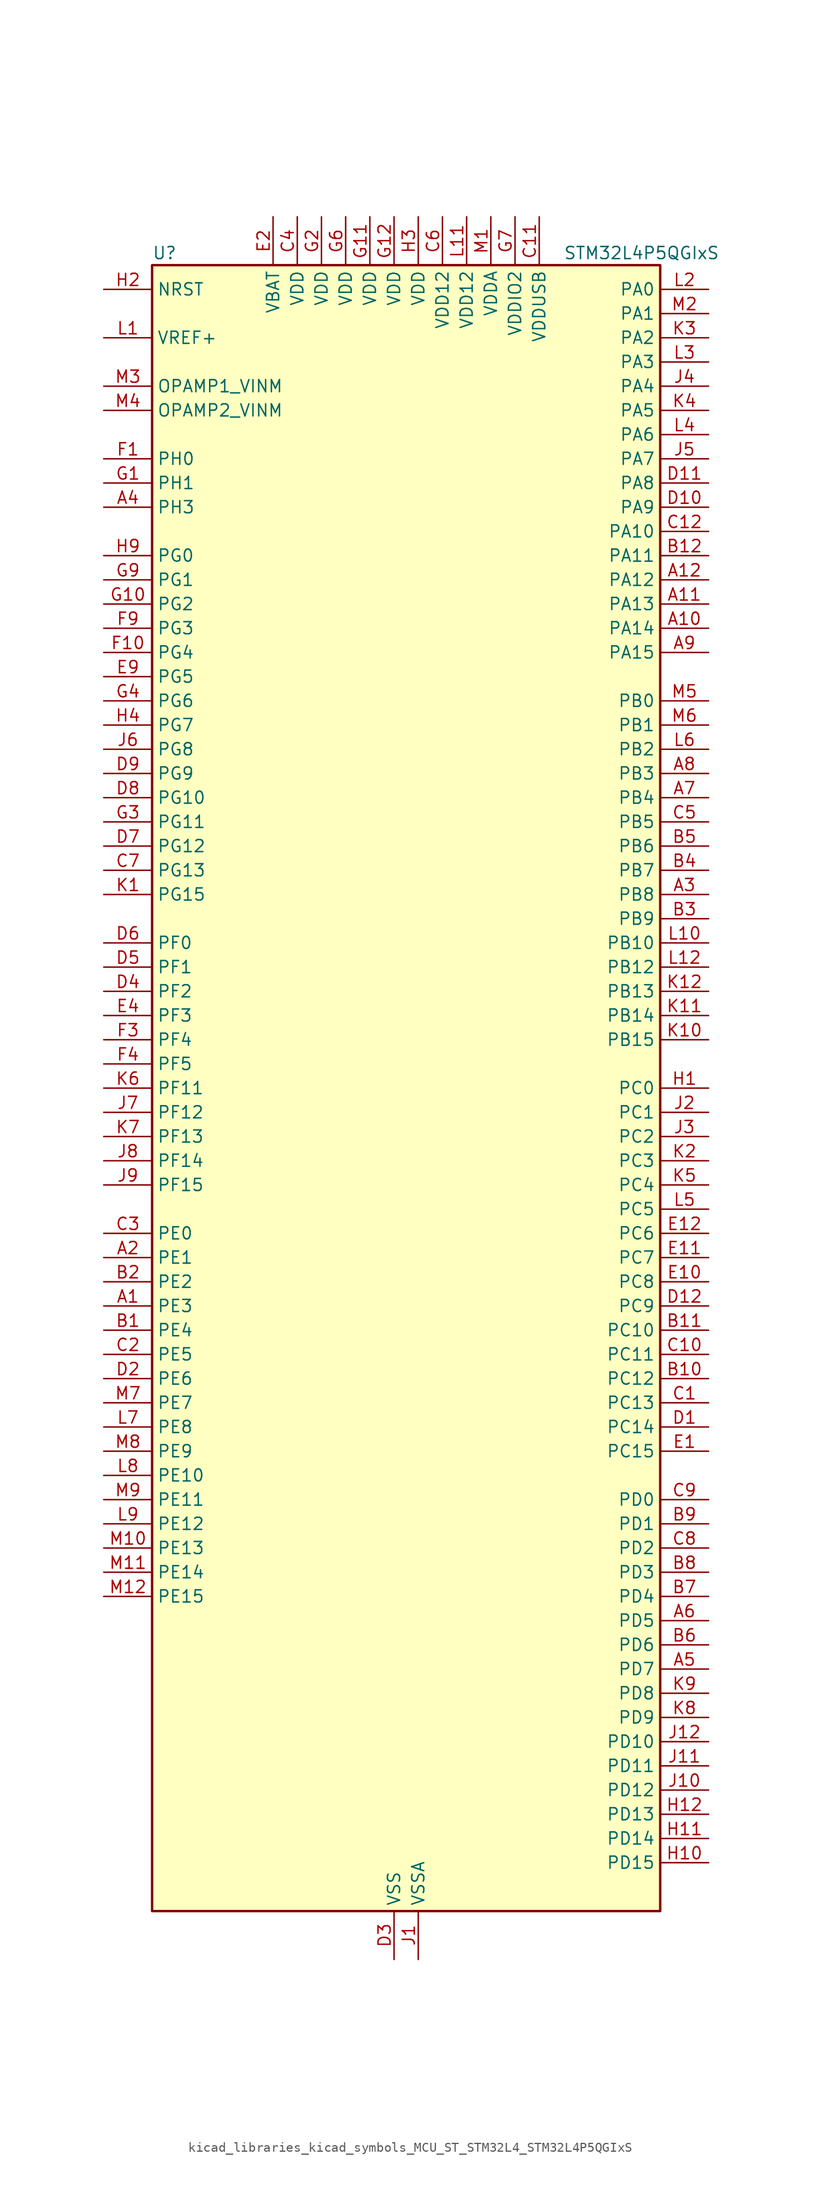
<source format=kicad_sym>
(kicad_symbol_lib
  (version 20220914)
  (generator kicad_symbol_editor)
  (symbol "kicad_libraries_kicad_symbols_MCU_ST_STM32L4_STM32L4P5QGIxS"
    (property "Reference" "U"
      (at -25.4 87.63 0)
      (effects (font (size 1.27 1.27)) (justify left)))
    (property "Value" "STM32L4P5QGIxS"
      (at 17.78 87.63 0)
      (effects (font (size 1.27 1.27)) (justify left)))
    (property "ki_locked" ""
      (at 0 0 0)
      (effects (font (size 1.27 1.27))))
    (symbol "kicad_libraries_kicad_symbols_MCU_ST_STM32L4_STM32L4P5QGIxS_0_1"
      (rectangle (start -25.4 -86.36) (end 27.94 86.36) (stroke (width 0.254) (type default)) (fill (type background))))
    (symbol "kicad_libraries_kicad_symbols_MCU_ST_STM32L4_STM32L4P5QGIxS_1_1"
      (pin bidirectional line (at -30.48 -22.86 0) (length 5.08) (name "PE3" (effects (font (size 1.27 1.27)))) (number "A1" (effects (font (size 1.27 1.27)))) (alternate "FMC_A19" bidirectional line) (alternate "LTDC_R6" bidirectional line) (alternate "OCTOSPIM_P1_DQS" bidirectional line) (alternate "SAI1_SD_B" bidirectional line) (alternate "SYS_TRACED0" bidirectional line) (alternate "TIM3_CH1" bidirectional line) (alternate "TSC_G7_IO2" bidirectional line))
      (pin bidirectional line (at 33.02 48.26 180) (length 5.08) (name "PA14" (effects (font (size 1.27 1.27)))) (number "A10" (effects (font (size 1.27 1.27)))) (alternate "I2C1_SMBA" bidirectional line) (alternate "I2C4_SMBA" bidirectional line) (alternate "LPTIM1_OUT" bidirectional line) (alternate "SAI1_FS_B" bidirectional line) (alternate "SYS_JTCK-SWCLK" bidirectional line) (alternate "USB_OTG_FS_SOF" bidirectional line))
      (pin bidirectional line (at 33.02 50.8 180) (length 5.08) (name "PA13" (effects (font (size 1.27 1.27)))) (number "A11" (effects (font (size 1.27 1.27)))) (alternate "IR_OUT" bidirectional line) (alternate "SAI1_SD_B" bidirectional line) (alternate "SYS_JTMS-SWDIO" bidirectional line) (alternate "USB_OTG_FS_NOE" bidirectional line))
      (pin bidirectional line (at 33.02 53.34 180) (length 5.08) (name "PA12" (effects (font (size 1.27 1.27)))) (number "A12" (effects (font (size 1.27 1.27)))) (alternate "CAN1_TX" bidirectional line) (alternate "LTDC_VSYNC" bidirectional line) (alternate "OCTOSPIM_P2_NCS" bidirectional line) (alternate "SPI1_MOSI" bidirectional line) (alternate "TIM1_ETR" bidirectional line) (alternate "USART1_DE" bidirectional line) (alternate "USART1_RTS" bidirectional line) (alternate "USB_OTG_FS_DP" bidirectional line))
      (pin bidirectional line (at -30.48 -17.78 0) (length 5.08) (name "PE1" (effects (font (size 1.27 1.27)))) (number "A2" (effects (font (size 1.27 1.27)))) (alternate "DCMI_D3" bidirectional line) (alternate "FMC_NBL1" bidirectional line) (alternate "LTDC_VSYNC" bidirectional line) (alternate "PSSI_D3" bidirectional line) (alternate "TIM17_CH1" bidirectional line))
      (pin bidirectional line (at 33.02 20.32 180) (length 5.08) (name "PB8" (effects (font (size 1.27 1.27)))) (number "A3" (effects (font (size 1.27 1.27)))) (alternate "CAN1_RX" bidirectional line) (alternate "DCMI_D6" bidirectional line) (alternate "DFSDM1_CKOUT" bidirectional line) (alternate "I2C1_SCL" bidirectional line) (alternate "LTDC_DE" bidirectional line) (alternate "PSSI_D6" bidirectional line) (alternate "SAI1_CK1" bidirectional line) (alternate "SAI1_MCLK_A" bidirectional line) (alternate "SDMMC1_CKIN" bidirectional line) (alternate "SDMMC1_D4" bidirectional line) (alternate "SDMMC2_D4" bidirectional line) (alternate "TIM16_CH1" bidirectional line) (alternate "TIM4_CH3" bidirectional line))
      (pin bidirectional line (at -30.48 60.96 0) (length 5.08) (name "PH3" (effects (font (size 1.27 1.27)))) (number "A4" (effects (font (size 1.27 1.27)))))
      (pin bidirectional line (at 33.02 -60.96 180) (length 5.08) (name "PD7" (effects (font (size 1.27 1.27)))) (number "A5" (effects (font (size 1.27 1.27)))) (alternate "DFSDM1_CKIN1" bidirectional line) (alternate "FMC_NCE" bidirectional line) (alternate "FMC_NE1" bidirectional line) (alternate "OCTOSPIM_P1_IO7" bidirectional line) (alternate "SDMMC2_CMD" bidirectional line) (alternate "USART2_CK" bidirectional line))
      (pin bidirectional line (at 33.02 -55.88 180) (length 5.08) (name "PD5" (effects (font (size 1.27 1.27)))) (number "A6" (effects (font (size 1.27 1.27)))) (alternate "FMC_NWE" bidirectional line) (alternate "OCTOSPIM_P1_IO5" bidirectional line) (alternate "USART2_TX" bidirectional line))
      (pin bidirectional line (at 33.02 30.48 180) (length 5.08) (name "PB4" (effects (font (size 1.27 1.27)))) (number "A7" (effects (font (size 1.27 1.27)))) (alternate "COMP2_INP" bidirectional line) (alternate "DCMI_D12" bidirectional line) (alternate "I2C3_SDA" bidirectional line) (alternate "OCTOSPIM_P1_IO5" bidirectional line) (alternate "PSSI_D12" bidirectional line) (alternate "SAI1_MCLK_B" bidirectional line) (alternate "SDMMC2_D3" bidirectional line) (alternate "SPI1_MISO" bidirectional line) (alternate "SPI3_MISO" bidirectional line) (alternate "SYS_JTRST" bidirectional line) (alternate "TIM17_BKIN" bidirectional line) (alternate "TIM3_CH1" bidirectional line) (alternate "TSC_G2_IO1" bidirectional line) (alternate "UART5_DE" bidirectional line) (alternate "UART5_RTS" bidirectional line) (alternate "USART1_CTS" bidirectional line) (alternate "USART1_NSS" bidirectional line))
      (pin bidirectional line (at 33.02 33.02 180) (length 5.08) (name "PB3" (effects (font (size 1.27 1.27)))) (number "A8" (effects (font (size 1.27 1.27)))) (alternate "COMP2_INM" bidirectional line) (alternate "CRS_SYNC" bidirectional line) (alternate "OCTOSPIM_P1_IO4" bidirectional line) (alternate "SAI1_SCK_B" bidirectional line) (alternate "SDMMC2_D2" bidirectional line) (alternate "SPI1_SCK" bidirectional line) (alternate "SPI3_SCK" bidirectional line) (alternate "SYS_JTDO-SWO" bidirectional line) (alternate "TIM2_CH2" bidirectional line) (alternate "USART1_DE" bidirectional line) (alternate "USART1_RTS" bidirectional line))
      (pin bidirectional line (at 33.02 45.72 180) (length 5.08) (name "PA15" (effects (font (size 1.27 1.27)))) (number "A9" (effects (font (size 1.27 1.27)))) (alternate "ADC1_EXTI15" bidirectional line) (alternate "ADC2_EXTI15" bidirectional line) (alternate "LTDC_HSYNC" bidirectional line) (alternate "SAI2_FS_B" bidirectional line) (alternate "SPI1_NSS" bidirectional line) (alternate "SPI3_NSS" bidirectional line) (alternate "SYS_JTDI" bidirectional line) (alternate "TIM2_CH1" bidirectional line) (alternate "TIM2_ETR" bidirectional line) (alternate "TSC_G3_IO1" bidirectional line) (alternate "UART4_DE" bidirectional line) (alternate "UART4_RTS" bidirectional line) (alternate "USART2_RX" bidirectional line) (alternate "USART3_DE" bidirectional line) (alternate "USART3_RTS" bidirectional line))
      (pin bidirectional line (at -30.48 -25.4 0) (length 5.08) (name "PE4" (effects (font (size 1.27 1.27)))) (number "B1" (effects (font (size 1.27 1.27)))) (alternate "DCMI_D4" bidirectional line) (alternate "DFSDM1_DATIN3" bidirectional line) (alternate "FMC_A20" bidirectional line) (alternate "LTDC_B7" bidirectional line) (alternate "PSSI_D4" bidirectional line) (alternate "SAI1_D2" bidirectional line) (alternate "SAI1_FS_A" bidirectional line) (alternate "SYS_TRACED1" bidirectional line) (alternate "TIM3_CH2" bidirectional line) (alternate "TSC_G7_IO3" bidirectional line))
      (pin bidirectional line (at 33.02 -30.48 180) (length 5.08) (name "PC12" (effects (font (size 1.27 1.27)))) (number "B10" (effects (font (size 1.27 1.27)))) (alternate "DCMI_D9" bidirectional line) (alternate "LTDC_R6" bidirectional line) (alternate "PSSI_D9" bidirectional line) (alternate "SAI2_SD_B" bidirectional line) (alternate "SDMMC1_CK" bidirectional line) (alternate "SPI3_MOSI" bidirectional line) (alternate "SYS_TRACED3" bidirectional line) (alternate "TSC_G3_IO4" bidirectional line) (alternate "UART5_TX" bidirectional line) (alternate "USART3_CK" bidirectional line))
      (pin bidirectional line (at 33.02 -25.4 180) (length 5.08) (name "PC10" (effects (font (size 1.27 1.27)))) (number "B11" (effects (font (size 1.27 1.27)))) (alternate "DCMI_D8" bidirectional line) (alternate "DCMI_VSYNC" bidirectional line) (alternate "PSSI_D8" bidirectional line) (alternate "PSSI_RDY" bidirectional line) (alternate "SAI2_SCK_B" bidirectional line) (alternate "SDMMC1_D2" bidirectional line) (alternate "SPI3_SCK" bidirectional line) (alternate "SYS_TRACED1" bidirectional line) (alternate "TSC_G3_IO2" bidirectional line) (alternate "UART4_TX" bidirectional line) (alternate "USART3_TX" bidirectional line))
      (pin bidirectional line (at 33.02 55.88 180) (length 5.08) (name "PA11" (effects (font (size 1.27 1.27)))) (number "B12" (effects (font (size 1.27 1.27)))) (alternate "ADC1_EXTI11" bidirectional line) (alternate "ADC2_EXTI11" bidirectional line) (alternate "CAN1_RX" bidirectional line) (alternate "LTDC_DE" bidirectional line) (alternate "SPI1_MISO" bidirectional line) (alternate "TIM1_BKIN2" bidirectional line) (alternate "TIM1_CH4" bidirectional line) (alternate "USART1_CTS" bidirectional line) (alternate "USART1_NSS" bidirectional line) (alternate "USB_OTG_FS_DM" bidirectional line))
      (pin bidirectional line (at -30.48 -20.32 0) (length 5.08) (name "PE2" (effects (font (size 1.27 1.27)))) (number "B2" (effects (font (size 1.27 1.27)))) (alternate "FMC_A23" bidirectional line) (alternate "LTDC_R7" bidirectional line) (alternate "SAI1_CK1" bidirectional line) (alternate "SAI1_MCLK_A" bidirectional line) (alternate "SYS_TRACECLK" bidirectional line) (alternate "TIM3_ETR" bidirectional line) (alternate "TSC_G7_IO1" bidirectional line))
      (pin bidirectional line (at 33.02 17.78 180) (length 5.08) (name "PB9" (effects (font (size 1.27 1.27)))) (number "B3" (effects (font (size 1.27 1.27)))) (alternate "CAN1_TX" bidirectional line) (alternate "DAC1_EXTI9" bidirectional line) (alternate "DCMI_D7" bidirectional line) (alternate "I2C1_SDA" bidirectional line) (alternate "IR_OUT" bidirectional line) (alternate "PSSI_D7" bidirectional line) (alternate "SAI1_D2" bidirectional line) (alternate "SAI1_FS_A" bidirectional line) (alternate "SDMMC1_CDIR" bidirectional line) (alternate "SDMMC1_D5" bidirectional line) (alternate "SDMMC2_D5" bidirectional line) (alternate "SPI2_NSS" bidirectional line) (alternate "TIM17_CH1" bidirectional line) (alternate "TIM4_CH4" bidirectional line))
      (pin bidirectional line (at 33.02 22.86 180) (length 5.08) (name "PB7" (effects (font (size 1.27 1.27)))) (number "B4" (effects (font (size 1.27 1.27)))) (alternate "COMP2_INM" bidirectional line) (alternate "DCMI_VSYNC" bidirectional line) (alternate "FMC_NL" bidirectional line) (alternate "I2C1_SDA" bidirectional line) (alternate "I2C4_SDA" bidirectional line) (alternate "LPTIM1_IN2" bidirectional line) (alternate "LTDC_VSYNC" bidirectional line) (alternate "PSSI_RDY" bidirectional line) (alternate "SYS_PVD_IN" bidirectional line) (alternate "TIM17_CH1N" bidirectional line) (alternate "TIM4_CH2" bidirectional line) (alternate "TIM8_BKIN" bidirectional line) (alternate "TSC_G2_IO4" bidirectional line) (alternate "UART4_CTS" bidirectional line) (alternate "USART1_RX" bidirectional line))
      (pin bidirectional line (at 33.02 25.4 180) (length 5.08) (name "PB6" (effects (font (size 1.27 1.27)))) (number "B5" (effects (font (size 1.27 1.27)))) (alternate "COMP2_INP" bidirectional line) (alternate "DCMI_D5" bidirectional line) (alternate "I2C1_SCL" bidirectional line) (alternate "I2C4_SCL" bidirectional line) (alternate "LPTIM1_ETR" bidirectional line) (alternate "LTDC_R6" bidirectional line) (alternate "PSSI_D5" bidirectional line) (alternate "SAI1_FS_B" bidirectional line) (alternate "TIM16_CH1N" bidirectional line) (alternate "TIM4_CH1" bidirectional line) (alternate "TIM8_BKIN2" bidirectional line) (alternate "TSC_G2_IO3" bidirectional line) (alternate "USART1_TX" bidirectional line))
      (pin bidirectional line (at 33.02 -58.42 180) (length 5.08) (name "PD6" (effects (font (size 1.27 1.27)))) (number "B6" (effects (font (size 1.27 1.27)))) (alternate "DCMI_D10" bidirectional line) (alternate "DFSDM1_DATIN1" bidirectional line) (alternate "FMC_NWAIT" bidirectional line) (alternate "LTDC_DE" bidirectional line) (alternate "OCTOSPIM_P1_IO6" bidirectional line) (alternate "PSSI_D10" bidirectional line) (alternate "SAI1_D1" bidirectional line) (alternate "SAI1_SD_A" bidirectional line) (alternate "SDMMC2_CK" bidirectional line) (alternate "SPI3_MOSI" bidirectional line) (alternate "USART2_RX" bidirectional line))
      (pin bidirectional line (at 33.02 -53.34 180) (length 5.08) (name "PD4" (effects (font (size 1.27 1.27)))) (number "B7" (effects (font (size 1.27 1.27)))) (alternate "DFSDM1_CKIN0" bidirectional line) (alternate "FMC_NOE" bidirectional line) (alternate "OCTOSPIM_P1_IO4" bidirectional line) (alternate "SDMMC2_CKIN" bidirectional line) (alternate "SPI2_MOSI" bidirectional line) (alternate "USART2_DE" bidirectional line) (alternate "USART2_RTS" bidirectional line))
      (pin bidirectional line (at 33.02 -50.8 180) (length 5.08) (name "PD3" (effects (font (size 1.27 1.27)))) (number "B8" (effects (font (size 1.27 1.27)))) (alternate "DCMI_D5" bidirectional line) (alternate "DFSDM1_DATIN0" bidirectional line) (alternate "FMC_CLK" bidirectional line) (alternate "LTDC_CLK" bidirectional line) (alternate "OCTOSPIM_P2_NCS" bidirectional line) (alternate "PSSI_D5" bidirectional line) (alternate "SPI2_MISO" bidirectional line) (alternate "SPI2_SCK" bidirectional line) (alternate "USART2_CTS" bidirectional line) (alternate "USART2_NSS" bidirectional line))
      (pin bidirectional line (at 33.02 -45.72 180) (length 5.08) (name "PD1" (effects (font (size 1.27 1.27)))) (number "B9" (effects (font (size 1.27 1.27)))) (alternate "CAN1_TX" bidirectional line) (alternate "FMC_D3" bidirectional line) (alternate "FMC_DA3" bidirectional line) (alternate "LTDC_B5" bidirectional line) (alternate "SPI2_SCK" bidirectional line))
      (pin bidirectional line (at 33.02 -33.02 180) (length 5.08) (name "PC13" (effects (font (size 1.27 1.27)))) (number "C1" (effects (font (size 1.27 1.27)))) (alternate "RTC_OUT1" bidirectional line) (alternate "RTC_TAMP1" bidirectional line) (alternate "RTC_TS" bidirectional line) (alternate "SYS_WKUP2" bidirectional line))
      (pin bidirectional line (at 33.02 -27.94 180) (length 5.08) (name "PC11" (effects (font (size 1.27 1.27)))) (number "C10" (effects (font (size 1.27 1.27)))) (alternate "ADC1_EXTI11" bidirectional line) (alternate "ADC2_EXTI11" bidirectional line) (alternate "DCMI_D2" bidirectional line) (alternate "DCMI_D4" bidirectional line) (alternate "OCTOSPIM_P1_NCS" bidirectional line) (alternate "PSSI_D2" bidirectional line) (alternate "PSSI_D4" bidirectional line) (alternate "SAI2_MCLK_B" bidirectional line) (alternate "SDMMC1_D3" bidirectional line) (alternate "SPI3_MISO" bidirectional line) (alternate "TSC_G3_IO3" bidirectional line) (alternate "UART4_RX" bidirectional line) (alternate "USART3_RX" bidirectional line))
      (pin power_in line (at 15.24 91.44 270) (length 5.08) (name "VDDUSB" (effects (font (size 1.27 1.27)))) (number "C11" (effects (font (size 1.27 1.27)))))
      (pin bidirectional line (at 33.02 58.42 180) (length 5.08) (name "PA10" (effects (font (size 1.27 1.27)))) (number "C12" (effects (font (size 1.27 1.27)))) (alternate "DCMI_D1" bidirectional line) (alternate "LTDC_G6" bidirectional line) (alternate "PSSI_D1" bidirectional line) (alternate "SAI1_D1" bidirectional line) (alternate "SAI1_SD_A" bidirectional line) (alternate "TIM17_BKIN" bidirectional line) (alternate "TIM1_CH3" bidirectional line) (alternate "USART1_RX" bidirectional line) (alternate "USB_OTG_FS_ID" bidirectional line))
      (pin bidirectional line (at -30.48 -27.94 0) (length 5.08) (name "PE5" (effects (font (size 1.27 1.27)))) (number "C2" (effects (font (size 1.27 1.27)))) (alternate "DCMI_D6" bidirectional line) (alternate "DFSDM1_CKIN3" bidirectional line) (alternate "FMC_A21" bidirectional line) (alternate "LTDC_G7" bidirectional line) (alternate "PSSI_D6" bidirectional line) (alternate "SAI1_CK2" bidirectional line) (alternate "SAI1_SCK_A" bidirectional line) (alternate "SYS_TRACED2" bidirectional line) (alternate "TIM3_CH3" bidirectional line) (alternate "TSC_G7_IO4" bidirectional line))
      (pin bidirectional line (at -30.48 -15.24 0) (length 5.08) (name "PE0" (effects (font (size 1.27 1.27)))) (number "C3" (effects (font (size 1.27 1.27)))) (alternate "DCMI_D2" bidirectional line) (alternate "FMC_NBL0" bidirectional line) (alternate "LTDC_HSYNC" bidirectional line) (alternate "PSSI_D2" bidirectional line) (alternate "TIM16_CH1" bidirectional line) (alternate "TIM4_ETR" bidirectional line))
      (pin power_in line (at -10.16 91.44 270) (length 5.08) (name "VDD" (effects (font (size 1.27 1.27)))) (number "C4" (effects (font (size 1.27 1.27)))))
      (pin bidirectional line (at 33.02 27.94 180) (length 5.08) (name "PB5" (effects (font (size 1.27 1.27)))) (number "C5" (effects (font (size 1.27 1.27)))) (alternate "COMP2_OUT" bidirectional line) (alternate "DCMI_D10" bidirectional line) (alternate "I2C1_SMBA" bidirectional line) (alternate "LPTIM1_IN1" bidirectional line) (alternate "OCTOSPIM_P1_IO0" bidirectional line) (alternate "PSSI_D10" bidirectional line) (alternate "SAI1_SD_B" bidirectional line) (alternate "SPI1_MOSI" bidirectional line) (alternate "SPI3_MOSI" bidirectional line) (alternate "TIM16_BKIN" bidirectional line) (alternate "TIM3_CH2" bidirectional line) (alternate "TSC_G2_IO2" bidirectional line) (alternate "UART5_CTS" bidirectional line) (alternate "USART1_CK" bidirectional line))
      (pin power_in line (at 5.08 91.44 270) (length 5.08) (name "VDD12" (effects (font (size 1.27 1.27)))) (number "C6" (effects (font (size 1.27 1.27)))))
      (pin bidirectional line (at -30.48 22.86 0) (length 5.08) (name "PG13" (effects (font (size 1.27 1.27)))) (number "C7" (effects (font (size 1.27 1.27)))) (alternate "FMC_A24" bidirectional line) (alternate "I2C1_SDA" bidirectional line) (alternate "LTDC_R0" bidirectional line) (alternate "USART1_CK" bidirectional line))
      (pin bidirectional line (at 33.02 -48.26 180) (length 5.08) (name "PD2" (effects (font (size 1.27 1.27)))) (number "C8" (effects (font (size 1.27 1.27)))) (alternate "DCMI_D11" bidirectional line) (alternate "PSSI_D11" bidirectional line) (alternate "SDMMC1_CMD" bidirectional line) (alternate "SYS_TRACED2" bidirectional line) (alternate "TIM3_ETR" bidirectional line) (alternate "TSC_SYNC" bidirectional line) (alternate "UART5_RX" bidirectional line) (alternate "USART3_DE" bidirectional line) (alternate "USART3_RTS" bidirectional line))
      (pin bidirectional line (at 33.02 -43.18 180) (length 5.08) (name "PD0" (effects (font (size 1.27 1.27)))) (number "C9" (effects (font (size 1.27 1.27)))) (alternate "CAN1_RX" bidirectional line) (alternate "FMC_D2" bidirectional line) (alternate "FMC_DA2" bidirectional line) (alternate "LTDC_B4" bidirectional line) (alternate "SPI2_NSS" bidirectional line))
      (pin bidirectional line (at 33.02 -35.56 180) (length 5.08) (name "PC14" (effects (font (size 1.27 1.27)))) (number "D1" (effects (font (size 1.27 1.27)))) (alternate "RCC_OSC32_IN" bidirectional line))
      (pin bidirectional line (at 33.02 60.96 180) (length 5.08) (name "PA9" (effects (font (size 1.27 1.27)))) (number "D10" (effects (font (size 1.27 1.27)))) (alternate "DAC1_EXTI9" bidirectional line) (alternate "DCMI_D0" bidirectional line) (alternate "LTDC_G7" bidirectional line) (alternate "PSSI_D0" bidirectional line) (alternate "SAI1_FS_A" bidirectional line) (alternate "SPI2_SCK" bidirectional line) (alternate "TIM15_BKIN" bidirectional line) (alternate "TIM1_CH2" bidirectional line) (alternate "USART1_TX" bidirectional line) (alternate "USB_OTG_FS_VBUS" bidirectional line))
      (pin bidirectional line (at 33.02 63.5 180) (length 5.08) (name "PA8" (effects (font (size 1.27 1.27)))) (number "D11" (effects (font (size 1.27 1.27)))) (alternate "LPTIM2_OUT" bidirectional line) (alternate "LTDC_B7" bidirectional line) (alternate "RCC_MCO" bidirectional line) (alternate "SAI1_CK2" bidirectional line) (alternate "SAI1_SCK_A" bidirectional line) (alternate "TIM1_CH1" bidirectional line) (alternate "USART1_CK" bidirectional line) (alternate "USB_OTG_FS_SOF" bidirectional line))
      (pin bidirectional line (at 33.02 -22.86 180) (length 5.08) (name "PC9" (effects (font (size 1.27 1.27)))) (number "D12" (effects (font (size 1.27 1.27)))) (alternate "DAC1_EXTI9" bidirectional line) (alternate "DCMI_D3" bidirectional line) (alternate "I2C3_SDA" bidirectional line) (alternate "PSSI_D3" bidirectional line) (alternate "SAI2_EXTCLK" bidirectional line) (alternate "SDMMC1_D1" bidirectional line) (alternate "SYS_TRACED0" bidirectional line) (alternate "TIM3_CH4" bidirectional line) (alternate "TIM8_BKIN2" bidirectional line) (alternate "TIM8_CH4" bidirectional line) (alternate "TSC_G4_IO4" bidirectional line) (alternate "USB_OTG_FS_NOE" bidirectional line))
      (pin bidirectional line (at -30.48 -30.48 0) (length 5.08) (name "PE6" (effects (font (size 1.27 1.27)))) (number "D2" (effects (font (size 1.27 1.27)))) (alternate "DCMI_D7" bidirectional line) (alternate "FMC_A22" bidirectional line) (alternate "LTDC_G6" bidirectional line) (alternate "PSSI_D7" bidirectional line) (alternate "RTC_TAMP3" bidirectional line) (alternate "SAI1_D1" bidirectional line) (alternate "SAI1_SD_A" bidirectional line) (alternate "SYS_TRACED3" bidirectional line) (alternate "SYS_WKUP3" bidirectional line) (alternate "TIM3_CH4" bidirectional line))
      (pin power_in line (at 0 -91.44 90) (length 5.08) (name "VSS" (effects (font (size 1.27 1.27)))) (number "D3" (effects (font (size 1.27 1.27)))))
      (pin bidirectional line (at -30.48 10.16 0) (length 5.08) (name "PF2" (effects (font (size 1.27 1.27)))) (number "D4" (effects (font (size 1.27 1.27)))) (alternate "FMC_A2" bidirectional line) (alternate "I2C2_SMBA" bidirectional line) (alternate "OCTOSPIM_P2_IO2" bidirectional line))
      (pin bidirectional line (at -30.48 12.7 0) (length 5.08) (name "PF1" (effects (font (size 1.27 1.27)))) (number "D5" (effects (font (size 1.27 1.27)))) (alternate "FMC_A1" bidirectional line) (alternate "I2C2_SCL" bidirectional line) (alternate "OCTOSPIM_P2_IO1" bidirectional line))
      (pin bidirectional line (at -30.48 15.24 0) (length 5.08) (name "PF0" (effects (font (size 1.27 1.27)))) (number "D6" (effects (font (size 1.27 1.27)))) (alternate "FMC_A0" bidirectional line) (alternate "I2C2_SDA" bidirectional line) (alternate "OCTOSPIM_P2_IO0" bidirectional line))
      (pin bidirectional line (at -30.48 25.4 0) (length 5.08) (name "PG12" (effects (font (size 1.27 1.27)))) (number "D7" (effects (font (size 1.27 1.27)))) (alternate "FMC_NE4" bidirectional line) (alternate "LPTIM1_ETR" bidirectional line) (alternate "OCTOSPIM_P2_NCS" bidirectional line) (alternate "SAI2_SD_A" bidirectional line) (alternate "SDMMC2_D3" bidirectional line) (alternate "SPI3_NSS" bidirectional line) (alternate "USART1_DE" bidirectional line) (alternate "USART1_RTS" bidirectional line))
      (pin bidirectional line (at -30.48 30.48 0) (length 5.08) (name "PG10" (effects (font (size 1.27 1.27)))) (number "D8" (effects (font (size 1.27 1.27)))) (alternate "FMC_NE3" bidirectional line) (alternate "LPTIM1_IN1" bidirectional line) (alternate "OCTOSPIM_P2_IO7" bidirectional line) (alternate "SAI2_FS_A" bidirectional line) (alternate "SDMMC2_D1" bidirectional line) (alternate "SPI3_MISO" bidirectional line) (alternate "TIM15_CH1" bidirectional line) (alternate "USART1_RX" bidirectional line))
      (pin bidirectional line (at -30.48 33.02 0) (length 5.08) (name "PG9" (effects (font (size 1.27 1.27)))) (number "D9" (effects (font (size 1.27 1.27)))) (alternate "DAC1_EXTI9" bidirectional line) (alternate "FMC_NCE" bidirectional line) (alternate "FMC_NE2" bidirectional line) (alternate "OCTOSPIM_P2_IO6" bidirectional line) (alternate "SAI2_SCK_A" bidirectional line) (alternate "SDMMC2_D0" bidirectional line) (alternate "SPI3_SCK" bidirectional line) (alternate "TIM15_CH1N" bidirectional line) (alternate "USART1_TX" bidirectional line))
      (pin bidirectional line (at 33.02 -38.1 180) (length 5.08) (name "PC15" (effects (font (size 1.27 1.27)))) (number "E1" (effects (font (size 1.27 1.27)))) (alternate "ADC1_EXTI15" bidirectional line) (alternate "ADC2_EXTI15" bidirectional line) (alternate "RCC_OSC32_OUT" bidirectional line))
      (pin bidirectional line (at 33.02 -20.32 180) (length 5.08) (name "PC8" (effects (font (size 1.27 1.27)))) (number "E10" (effects (font (size 1.27 1.27)))) (alternate "DCMI_D2" bidirectional line) (alternate "PSSI_D2" bidirectional line) (alternate "SDMMC1_D0" bidirectional line) (alternate "TIM3_CH3" bidirectional line) (alternate "TIM8_CH3" bidirectional line) (alternate "TSC_G4_IO3" bidirectional line))
      (pin bidirectional line (at 33.02 -17.78 180) (length 5.08) (name "PC7" (effects (font (size 1.27 1.27)))) (number "E11" (effects (font (size 1.27 1.27)))) (alternate "DCMI_D1" bidirectional line) (alternate "DFSDM1_DATIN3" bidirectional line) (alternate "LTDC_B6" bidirectional line) (alternate "PSSI_D1" bidirectional line) (alternate "SAI2_MCLK_B" bidirectional line) (alternate "SDMMC1_D123DIR" bidirectional line) (alternate "SDMMC1_D7" bidirectional line) (alternate "SDMMC2_D7" bidirectional line) (alternate "TIM3_CH2" bidirectional line) (alternate "TIM8_CH2" bidirectional line) (alternate "TSC_G4_IO2" bidirectional line))
      (pin bidirectional line (at 33.02 -15.24 180) (length 5.08) (name "PC6" (effects (font (size 1.27 1.27)))) (number "E12" (effects (font (size 1.27 1.27)))) (alternate "DCMI_D0" bidirectional line) (alternate "DFSDM1_CKIN3" bidirectional line) (alternate "LTDC_G7" bidirectional line) (alternate "PSSI_D0" bidirectional line) (alternate "SAI2_MCLK_A" bidirectional line) (alternate "SDMMC1_D0DIR" bidirectional line) (alternate "SDMMC1_D6" bidirectional line) (alternate "SDMMC2_D6" bidirectional line) (alternate "TIM3_CH1" bidirectional line) (alternate "TIM8_CH1" bidirectional line) (alternate "TSC_G4_IO1" bidirectional line))
      (pin power_in line (at -12.7 91.44 270) (length 5.08) (name "VBAT" (effects (font (size 1.27 1.27)))) (number "E2" (effects (font (size 1.27 1.27)))))
      (pin passive line (at 0 -91.44 90) (length 5.08) hide (name "VSS" (effects (font (size 1.27 1.27)))) (number "E3" (effects (font (size 1.27 1.27)))))
      (pin bidirectional line (at -30.48 7.62 0) (length 5.08) (name "PF3" (effects (font (size 1.27 1.27)))) (number "E4" (effects (font (size 1.27 1.27)))) (alternate "FMC_A3" bidirectional line) (alternate "OCTOSPIM_P2_IO3" bidirectional line))
      (pin bidirectional line (at -30.48 43.18 0) (length 5.08) (name "PG5" (effects (font (size 1.27 1.27)))) (number "E9" (effects (font (size 1.27 1.27)))) (alternate "FMC_A15" bidirectional line) (alternate "LPUART1_CTS" bidirectional line) (alternate "SAI2_SD_B" bidirectional line) (alternate "SDMMC2_D7" bidirectional line) (alternate "SPI1_NSS" bidirectional line))
      (pin bidirectional line (at -30.48 66.04 0) (length 5.08) (name "PH0" (effects (font (size 1.27 1.27)))) (number "F1" (effects (font (size 1.27 1.27)))) (alternate "RCC_OSC_IN" bidirectional line))
      (pin bidirectional line (at -30.48 45.72 0) (length 5.08) (name "PG4" (effects (font (size 1.27 1.27)))) (number "F10" (effects (font (size 1.27 1.27)))) (alternate "FMC_A14" bidirectional line) (alternate "SAI2_MCLK_B" bidirectional line) (alternate "SDMMC2_D6" bidirectional line) (alternate "SPI1_MOSI" bidirectional line))
      (pin passive line (at 0 -91.44 90) (length 5.08) hide (name "VSS" (effects (font (size 1.27 1.27)))) (number "F11" (effects (font (size 1.27 1.27)))))
      (pin passive line (at 0 -91.44 90) (length 5.08) hide (name "VSS" (effects (font (size 1.27 1.27)))) (number "F12" (effects (font (size 1.27 1.27)))))
      (pin passive line (at 0 -91.44 90) (length 5.08) hide (name "VSS" (effects (font (size 1.27 1.27)))) (number "F2" (effects (font (size 1.27 1.27)))))
      (pin bidirectional line (at -30.48 5.08 0) (length 5.08) (name "PF4" (effects (font (size 1.27 1.27)))) (number "F3" (effects (font (size 1.27 1.27)))) (alternate "FMC_A4" bidirectional line) (alternate "OCTOSPIM_P2_CLK" bidirectional line))
      (pin bidirectional line (at -30.48 2.54 0) (length 5.08) (name "PF5" (effects (font (size 1.27 1.27)))) (number "F4" (effects (font (size 1.27 1.27)))) (alternate "FMC_A5" bidirectional line) (alternate "OCTOSPIM_P2_NCLK" bidirectional line))
      (pin passive line (at 0 -91.44 90) (length 5.08) hide (name "VSS" (effects (font (size 1.27 1.27)))) (number "F6" (effects (font (size 1.27 1.27)))))
      (pin passive line (at 0 -91.44 90) (length 5.08) hide (name "VSS" (effects (font (size 1.27 1.27)))) (number "F7" (effects (font (size 1.27 1.27)))))
      (pin bidirectional line (at -30.48 48.26 0) (length 5.08) (name "PG3" (effects (font (size 1.27 1.27)))) (number "F9" (effects (font (size 1.27 1.27)))) (alternate "FMC_A13" bidirectional line) (alternate "SAI2_FS_B" bidirectional line) (alternate "SDMMC2_D5" bidirectional line) (alternate "SPI1_MISO" bidirectional line))
      (pin bidirectional line (at -30.48 63.5 0) (length 5.08) (name "PH1" (effects (font (size 1.27 1.27)))) (number "G1" (effects (font (size 1.27 1.27)))) (alternate "RCC_OSC_OUT" bidirectional line))
      (pin bidirectional line (at -30.48 50.8 0) (length 5.08) (name "PG2" (effects (font (size 1.27 1.27)))) (number "G10" (effects (font (size 1.27 1.27)))) (alternate "FMC_A12" bidirectional line) (alternate "SAI2_SCK_B" bidirectional line) (alternate "SDMMC2_D4" bidirectional line) (alternate "SPI1_SCK" bidirectional line))
      (pin power_in line (at -2.54 91.44 270) (length 5.08) (name "VDD" (effects (font (size 1.27 1.27)))) (number "G11" (effects (font (size 1.27 1.27)))))
      (pin power_in line (at 0 91.44 270) (length 5.08) (name "VDD" (effects (font (size 1.27 1.27)))) (number "G12" (effects (font (size 1.27 1.27)))))
      (pin power_in line (at -7.62 91.44 270) (length 5.08) (name "VDD" (effects (font (size 1.27 1.27)))) (number "G2" (effects (font (size 1.27 1.27)))))
      (pin bidirectional line (at -30.48 27.94 0) (length 5.08) (name "PG11" (effects (font (size 1.27 1.27)))) (number "G3" (effects (font (size 1.27 1.27)))) (alternate "ADC1_EXTI11" bidirectional line) (alternate "ADC2_EXTI11" bidirectional line) (alternate "LPTIM1_IN2" bidirectional line) (alternate "OCTOSPIM_P1_IO5" bidirectional line) (alternate "SAI2_MCLK_A" bidirectional line) (alternate "SDMMC2_D2" bidirectional line) (alternate "SPI3_MOSI" bidirectional line) (alternate "TIM15_CH2" bidirectional line) (alternate "USART1_CTS" bidirectional line) (alternate "USART1_NSS" bidirectional line))
      (pin bidirectional line (at -30.48 40.64 0) (length 5.08) (name "PG6" (effects (font (size 1.27 1.27)))) (number "G4" (effects (font (size 1.27 1.27)))) (alternate "I2C3_SMBA" bidirectional line) (alternate "LPUART1_DE" bidirectional line) (alternate "LPUART1_RTS" bidirectional line) (alternate "LTDC_R1" bidirectional line) (alternate "OCTOSPIM_P1_DQS" bidirectional line))
      (pin power_in line (at -5.08 91.44 270) (length 5.08) (name "VDD" (effects (font (size 1.27 1.27)))) (number "G6" (effects (font (size 1.27 1.27)))))
      (pin power_in line (at 12.7 91.44 270) (length 5.08) (name "VDDIO2" (effects (font (size 1.27 1.27)))) (number "G7" (effects (font (size 1.27 1.27)))))
      (pin bidirectional line (at -30.48 53.34 0) (length 5.08) (name "PG1" (effects (font (size 1.27 1.27)))) (number "G9" (effects (font (size 1.27 1.27)))) (alternate "FMC_A11" bidirectional line) (alternate "OCTOSPIM_P2_IO5" bidirectional line) (alternate "TSC_G8_IO4" bidirectional line))
      (pin bidirectional line (at 33.02 0 180) (length 5.08) (name "PC0" (effects (font (size 1.27 1.27)))) (number "H1" (effects (font (size 1.27 1.27)))) (alternate "ADC1_IN1" bidirectional line) (alternate "ADC2_IN1" bidirectional line) (alternate "I2C3_SCL" bidirectional line) (alternate "LPTIM1_IN1" bidirectional line) (alternate "LPTIM2_IN1" bidirectional line) (alternate "LPUART1_RX" bidirectional line) (alternate "LTDC_DE" bidirectional line) (alternate "SAI2_FS_A" bidirectional line) (alternate "SDMMC1_CMD" bidirectional line) (alternate "SDMMC2_CKIN" bidirectional line))
      (pin bidirectional line (at 33.02 -81.28 180) (length 5.08) (name "PD15" (effects (font (size 1.27 1.27)))) (number "H10" (effects (font (size 1.27 1.27)))) (alternate "ADC1_EXTI15" bidirectional line) (alternate "ADC2_EXTI15" bidirectional line) (alternate "FMC_D1" bidirectional line) (alternate "FMC_DA1" bidirectional line) (alternate "LTDC_B3" bidirectional line) (alternate "TIM4_CH4" bidirectional line))
      (pin bidirectional line (at 33.02 -78.74 180) (length 5.08) (name "PD14" (effects (font (size 1.27 1.27)))) (number "H11" (effects (font (size 1.27 1.27)))) (alternate "FMC_D0" bidirectional line) (alternate "FMC_DA0" bidirectional line) (alternate "LTDC_B2" bidirectional line) (alternate "TIM4_CH3" bidirectional line))
      (pin bidirectional line (at 33.02 -76.2 180) (length 5.08) (name "PD13" (effects (font (size 1.27 1.27)))) (number "H12" (effects (font (size 1.27 1.27)))) (alternate "FMC_A18" bidirectional line) (alternate "I2C4_SDA" bidirectional line) (alternate "LPTIM2_OUT" bidirectional line) (alternate "TIM4_CH2" bidirectional line) (alternate "TSC_G6_IO4" bidirectional line))
      (pin input line (at -30.48 83.82 0) (length 5.08) (name "NRST" (effects (font (size 1.27 1.27)))) (number "H2" (effects (font (size 1.27 1.27)))))
      (pin power_in line (at 2.54 91.44 270) (length 5.08) (name "VDD" (effects (font (size 1.27 1.27)))) (number "H3" (effects (font (size 1.27 1.27)))))
      (pin bidirectional line (at -30.48 38.1 0) (length 5.08) (name "PG7" (effects (font (size 1.27 1.27)))) (number "H4" (effects (font (size 1.27 1.27)))) (alternate "DFSDM1_CKOUT" bidirectional line) (alternate "FMC_INT" bidirectional line) (alternate "I2C3_SCL" bidirectional line) (alternate "LPUART1_TX" bidirectional line) (alternate "OCTOSPIM_P2_DQS" bidirectional line) (alternate "SAI1_CK1" bidirectional line) (alternate "SAI1_MCLK_A" bidirectional line))
      (pin bidirectional line (at -30.48 55.88 0) (length 5.08) (name "PG0" (effects (font (size 1.27 1.27)))) (number "H9" (effects (font (size 1.27 1.27)))) (alternate "FMC_A10" bidirectional line) (alternate "OCTOSPIM_P2_IO4" bidirectional line) (alternate "TSC_G8_IO3" bidirectional line))
      (pin power_in line (at 2.54 -91.44 90) (length 5.08) (name "VSSA" (effects (font (size 1.27 1.27)))) (number "J1" (effects (font (size 1.27 1.27)))))
      (pin bidirectional line (at 33.02 -73.66 180) (length 5.08) (name "PD12" (effects (font (size 1.27 1.27)))) (number "J10" (effects (font (size 1.27 1.27)))) (alternate "FMC_A17" bidirectional line) (alternate "FMC_ALE" bidirectional line) (alternate "I2C4_SCL" bidirectional line) (alternate "LPTIM2_IN1" bidirectional line) (alternate "LTDC_R7" bidirectional line) (alternate "SAI2_FS_A" bidirectional line) (alternate "TIM4_CH1" bidirectional line) (alternate "TSC_G6_IO3" bidirectional line) (alternate "USART3_DE" bidirectional line) (alternate "USART3_RTS" bidirectional line))
      (pin bidirectional line (at 33.02 -71.12 180) (length 5.08) (name "PD11" (effects (font (size 1.27 1.27)))) (number "J11" (effects (font (size 1.27 1.27)))) (alternate "ADC1_EXTI11" bidirectional line) (alternate "ADC2_EXTI11" bidirectional line) (alternate "FMC_A16" bidirectional line) (alternate "FMC_CLE" bidirectional line) (alternate "I2C4_SMBA" bidirectional line) (alternate "LPTIM2_ETR" bidirectional line) (alternate "LTDC_R6" bidirectional line) (alternate "SAI2_SD_A" bidirectional line) (alternate "TSC_G6_IO2" bidirectional line) (alternate "USART3_CTS" bidirectional line) (alternate "USART3_NSS" bidirectional line))
      (pin bidirectional line (at 33.02 -68.58 180) (length 5.08) (name "PD10" (effects (font (size 1.27 1.27)))) (number "J12" (effects (font (size 1.27 1.27)))) (alternate "FMC_D15" bidirectional line) (alternate "FMC_DA15" bidirectional line) (alternate "LTDC_R5" bidirectional line) (alternate "SAI2_SCK_A" bidirectional line) (alternate "TSC_G6_IO1" bidirectional line) (alternate "USART3_CK" bidirectional line))
      (pin bidirectional line (at 33.02 -2.54 180) (length 5.08) (name "PC1" (effects (font (size 1.27 1.27)))) (number "J2" (effects (font (size 1.27 1.27)))) (alternate "ADC1_IN2" bidirectional line) (alternate "ADC2_IN2" bidirectional line) (alternate "I2C3_SDA" bidirectional line) (alternate "LPTIM1_OUT" bidirectional line) (alternate "LPUART1_TX" bidirectional line) (alternate "OCTOSPIM_P1_IO4" bidirectional line) (alternate "SAI1_SD_A" bidirectional line) (alternate "SPI2_MOSI" bidirectional line) (alternate "SYS_TRACED0" bidirectional line))
      (pin bidirectional line (at 33.02 -5.08 180) (length 5.08) (name "PC2" (effects (font (size 1.27 1.27)))) (number "J3" (effects (font (size 1.27 1.27)))) (alternate "ADC1_IN3" bidirectional line) (alternate "ADC2_IN3" bidirectional line) (alternate "DFSDM1_CKOUT" bidirectional line) (alternate "LPTIM1_IN2" bidirectional line) (alternate "LTDC_HSYNC" bidirectional line) (alternate "OCTOSPIM_P1_IO5" bidirectional line) (alternate "SPI2_MISO" bidirectional line))
      (pin bidirectional line (at 33.02 73.66 180) (length 5.08) (name "PA4" (effects (font (size 1.27 1.27)))) (number "J4" (effects (font (size 1.27 1.27)))) (alternate "ADC1_IN9" bidirectional line) (alternate "ADC2_IN9" bidirectional line) (alternate "DAC1_OUT1" bidirectional line) (alternate "DCMI_HSYNC" bidirectional line) (alternate "LPTIM2_OUT" bidirectional line) (alternate "LTDC_CLK" bidirectional line) (alternate "OCTOSPIM_P1_NCS" bidirectional line) (alternate "PSSI_DE" bidirectional line) (alternate "SAI1_FS_B" bidirectional line) (alternate "SPI1_NSS" bidirectional line) (alternate "SPI3_NSS" bidirectional line) (alternate "USART2_CK" bidirectional line))
      (pin bidirectional line (at 33.02 66.04 180) (length 5.08) (name "PA7" (effects (font (size 1.27 1.27)))) (number "J5" (effects (font (size 1.27 1.27)))) (alternate "ADC1_IN12" bidirectional line) (alternate "ADC2_IN12" bidirectional line) (alternate "I2C3_SCL" bidirectional line) (alternate "OCTOSPIM_P1_IO2" bidirectional line) (alternate "OPAMP2_VINM" bidirectional line) (alternate "SPI1_MOSI" bidirectional line) (alternate "TIM17_CH1" bidirectional line) (alternate "TIM1_CH1N" bidirectional line) (alternate "TIM3_CH2" bidirectional line) (alternate "TIM8_CH1N" bidirectional line))
      (pin bidirectional line (at -30.48 35.56 0) (length 5.08) (name "PG8" (effects (font (size 1.27 1.27)))) (number "J6" (effects (font (size 1.27 1.27)))) (alternate "I2C3_SDA" bidirectional line) (alternate "LPUART1_RX" bidirectional line))
      (pin bidirectional line (at -30.48 -2.54 0) (length 5.08) (name "PF12" (effects (font (size 1.27 1.27)))) (number "J7" (effects (font (size 1.27 1.27)))) (alternate "FMC_A6" bidirectional line) (alternate "LTDC_B0" bidirectional line) (alternate "OCTOSPIM_P2_DQS" bidirectional line))
      (pin bidirectional line (at -30.48 -7.62 0) (length 5.08) (name "PF14" (effects (font (size 1.27 1.27)))) (number "J8" (effects (font (size 1.27 1.27)))) (alternate "FMC_A8" bidirectional line) (alternate "I2C4_SCL" bidirectional line) (alternate "LTDC_G0" bidirectional line) (alternate "TSC_G8_IO1" bidirectional line))
      (pin bidirectional line (at -30.48 -10.16 0) (length 5.08) (name "PF15" (effects (font (size 1.27 1.27)))) (number "J9" (effects (font (size 1.27 1.27)))) (alternate "ADC1_EXTI15" bidirectional line) (alternate "ADC2_EXTI15" bidirectional line) (alternate "FMC_A9" bidirectional line) (alternate "I2C4_SDA" bidirectional line) (alternate "LTDC_G1" bidirectional line) (alternate "TSC_G8_IO2" bidirectional line))
      (pin bidirectional line (at -30.48 20.32 0) (length 5.08) (name "PG15" (effects (font (size 1.27 1.27)))) (number "K1" (effects (font (size 1.27 1.27)))) (alternate "ADC1_EXTI15" bidirectional line) (alternate "ADC2_EXTI15" bidirectional line) (alternate "DCMI_D13" bidirectional line) (alternate "I2C1_SMBA" bidirectional line) (alternate "LPTIM1_OUT" bidirectional line) (alternate "OCTOSPIM_P2_DQS" bidirectional line) (alternate "PSSI_D13" bidirectional line))
      (pin bidirectional line (at 33.02 5.08 180) (length 5.08) (name "PB15" (effects (font (size 1.27 1.27)))) (number "K10" (effects (font (size 1.27 1.27)))) (alternate "ADC1_EXTI15" bidirectional line) (alternate "ADC2_EXTI15" bidirectional line) (alternate "DFSDM1_CKIN2" bidirectional line) (alternate "OCTOSPIM_P1_IO7" bidirectional line) (alternate "RTC_REFIN" bidirectional line) (alternate "SAI2_SD_A" bidirectional line) (alternate "SDMMC2_D1" bidirectional line) (alternate "SPI2_MOSI" bidirectional line) (alternate "TIM15_CH2" bidirectional line) (alternate "TIM1_CH3N" bidirectional line) (alternate "TIM8_CH3N" bidirectional line) (alternate "TSC_G1_IO4" bidirectional line))
      (pin bidirectional line (at 33.02 7.62 180) (length 5.08) (name "PB14" (effects (font (size 1.27 1.27)))) (number "K11" (effects (font (size 1.27 1.27)))) (alternate "DFSDM1_DATIN2" bidirectional line) (alternate "I2C2_SDA" bidirectional line) (alternate "OCTOSPIM_P1_IO6" bidirectional line) (alternate "SAI2_MCLK_A" bidirectional line) (alternate "SDMMC2_D0" bidirectional line) (alternate "SPI2_MISO" bidirectional line) (alternate "TIM15_CH1" bidirectional line) (alternate "TIM1_CH2N" bidirectional line) (alternate "TIM8_CH2N" bidirectional line) (alternate "TSC_G1_IO3" bidirectional line) (alternate "USART3_DE" bidirectional line) (alternate "USART3_RTS" bidirectional line))
      (pin bidirectional line (at 33.02 10.16 180) (length 5.08) (name "PB13" (effects (font (size 1.27 1.27)))) (number "K12" (effects (font (size 1.27 1.27)))) (alternate "DFSDM1_CKIN1" bidirectional line) (alternate "I2C2_SCL" bidirectional line) (alternate "LPUART1_CTS" bidirectional line) (alternate "OCTOSPIM_P1_IO1" bidirectional line) (alternate "SAI2_SCK_A" bidirectional line) (alternate "SPI2_SCK" bidirectional line) (alternate "TIM15_CH1N" bidirectional line) (alternate "TIM1_CH1N" bidirectional line) (alternate "TSC_G1_IO2" bidirectional line) (alternate "USART3_CTS" bidirectional line) (alternate "USART3_NSS" bidirectional line))
      (pin bidirectional line (at 33.02 -7.62 180) (length 5.08) (name "PC3" (effects (font (size 1.27 1.27)))) (number "K2" (effects (font (size 1.27 1.27)))) (alternate "ADC1_IN4" bidirectional line) (alternate "ADC2_IN4" bidirectional line) (alternate "LPTIM1_ETR" bidirectional line) (alternate "LPTIM2_ETR" bidirectional line) (alternate "OCTOSPIM_P1_IO6" bidirectional line) (alternate "SAI1_D1" bidirectional line) (alternate "SAI1_SD_A" bidirectional line) (alternate "SPI2_MOSI" bidirectional line))
      (pin bidirectional line (at 33.02 78.74 180) (length 5.08) (name "PA2" (effects (font (size 1.27 1.27)))) (number "K3" (effects (font (size 1.27 1.27)))) (alternate "ADC1_IN7" bidirectional line) (alternate "ADC2_IN7" bidirectional line) (alternate "LPUART1_TX" bidirectional line) (alternate "OCTOSPIM_P1_NCS" bidirectional line) (alternate "RCC_LSCO" bidirectional line) (alternate "SAI2_EXTCLK" bidirectional line) (alternate "SYS_WKUP4" bidirectional line) (alternate "TIM15_CH1" bidirectional line) (alternate "TIM2_CH3" bidirectional line) (alternate "TIM5_CH3" bidirectional line) (alternate "USART2_TX" bidirectional line))
      (pin bidirectional line (at 33.02 71.12 180) (length 5.08) (name "PA5" (effects (font (size 1.27 1.27)))) (number "K4" (effects (font (size 1.27 1.27)))) (alternate "ADC1_IN10" bidirectional line) (alternate "ADC2_IN10" bidirectional line) (alternate "DAC1_OUT2" bidirectional line) (alternate "LPTIM2_ETR" bidirectional line) (alternate "LTDC_R7" bidirectional line) (alternate "PSSI_D14" bidirectional line) (alternate "SPI1_SCK" bidirectional line) (alternate "TIM2_CH1" bidirectional line) (alternate "TIM2_ETR" bidirectional line) (alternate "TIM8_CH1N" bidirectional line))
      (pin bidirectional line (at 33.02 -10.16 180) (length 5.08) (name "PC4" (effects (font (size 1.27 1.27)))) (number "K5" (effects (font (size 1.27 1.27)))) (alternate "ADC1_IN13" bidirectional line) (alternate "ADC2_IN13" bidirectional line) (alternate "COMP1_INM" bidirectional line) (alternate "OCTOSPIM_P1_IO7" bidirectional line) (alternate "OCTOSPIM_P2_NCS" bidirectional line) (alternate "USART3_TX" bidirectional line))
      (pin bidirectional line (at -30.48 0 0) (length 5.08) (name "PF11" (effects (font (size 1.27 1.27)))) (number "K6" (effects (font (size 1.27 1.27)))) (alternate "ADC1_EXTI11" bidirectional line) (alternate "ADC2_EXTI11" bidirectional line) (alternate "DCMI_D12" bidirectional line) (alternate "LTDC_DE" bidirectional line) (alternate "OCTOSPIM_P1_NCLK" bidirectional line) (alternate "PSSI_D12" bidirectional line))
      (pin bidirectional line (at -30.48 -5.08 0) (length 5.08) (name "PF13" (effects (font (size 1.27 1.27)))) (number "K7" (effects (font (size 1.27 1.27)))) (alternate "FMC_A7" bidirectional line) (alternate "I2C4_SMBA" bidirectional line) (alternate "LTDC_B1" bidirectional line))
      (pin bidirectional line (at 33.02 -66.04 180) (length 5.08) (name "PD9" (effects (font (size 1.27 1.27)))) (number "K8" (effects (font (size 1.27 1.27)))) (alternate "DAC1_EXTI9" bidirectional line) (alternate "DCMI_PIXCLK" bidirectional line) (alternate "FMC_D14" bidirectional line) (alternate "FMC_DA14" bidirectional line) (alternate "LTDC_R4" bidirectional line) (alternate "PSSI_PDCK" bidirectional line) (alternate "SAI2_MCLK_A" bidirectional line) (alternate "USART3_RX" bidirectional line))
      (pin bidirectional line (at 33.02 -63.5 180) (length 5.08) (name "PD8" (effects (font (size 1.27 1.27)))) (number "K9" (effects (font (size 1.27 1.27)))) (alternate "DCMI_HSYNC" bidirectional line) (alternate "FMC_D13" bidirectional line) (alternate "FMC_DA13" bidirectional line) (alternate "LTDC_R3" bidirectional line) (alternate "PSSI_DE" bidirectional line) (alternate "USART3_TX" bidirectional line))
      (pin input line (at -30.48 78.74 0) (length 5.08) (name "VREF+" (effects (font (size 1.27 1.27)))) (number "L1" (effects (font (size 1.27 1.27)))) (alternate "VREFBUF_OUT" bidirectional line))
      (pin bidirectional line (at 33.02 15.24 180) (length 5.08) (name "PB10" (effects (font (size 1.27 1.27)))) (number "L10" (effects (font (size 1.27 1.27)))) (alternate "COMP1_OUT" bidirectional line) (alternate "I2C2_SCL" bidirectional line) (alternate "I2C4_SCL" bidirectional line) (alternate "LPUART1_RX" bidirectional line) (alternate "OCTOSPIM_P1_CLK" bidirectional line) (alternate "OCTOSPIM_P1_IO3" bidirectional line) (alternate "SAI1_SCK_A" bidirectional line) (alternate "SPI2_SCK" bidirectional line) (alternate "TIM2_CH3" bidirectional line) (alternate "TSC_SYNC" bidirectional line) (alternate "USART3_TX" bidirectional line))
      (pin power_in line (at 7.62 91.44 270) (length 5.08) (name "VDD12" (effects (font (size 1.27 1.27)))) (number "L11" (effects (font (size 1.27 1.27)))))
      (pin bidirectional line (at 33.02 12.7 180) (length 5.08) (name "PB12" (effects (font (size 1.27 1.27)))) (number "L12" (effects (font (size 1.27 1.27)))) (alternate "DFSDM1_DATIN1" bidirectional line) (alternate "I2C2_SMBA" bidirectional line) (alternate "LPUART1_DE" bidirectional line) (alternate "LPUART1_RTS" bidirectional line) (alternate "OCTOSPIM_P1_NCLK" bidirectional line) (alternate "SAI2_FS_A" bidirectional line) (alternate "SDMMC2_CK" bidirectional line) (alternate "SPI2_NSS" bidirectional line) (alternate "TIM15_BKIN" bidirectional line) (alternate "TIM1_BKIN" bidirectional line) (alternate "TSC_G1_IO1" bidirectional line) (alternate "USART3_CK" bidirectional line))
      (pin bidirectional line (at 33.02 83.82 180) (length 5.08) (name "PA0" (effects (font (size 1.27 1.27)))) (number "L2" (effects (font (size 1.27 1.27)))) (alternate "ADC1_IN5" bidirectional line) (alternate "ADC2_IN5" bidirectional line) (alternate "OPAMP1_VINP" bidirectional line) (alternate "RTC_TAMP2" bidirectional line) (alternate "SAI1_EXTCLK" bidirectional line) (alternate "SYS_WKUP1" bidirectional line) (alternate "TIM2_CH1" bidirectional line) (alternate "TIM2_ETR" bidirectional line) (alternate "TIM5_CH1" bidirectional line) (alternate "TIM8_ETR" bidirectional line) (alternate "UART4_TX" bidirectional line) (alternate "USART2_CTS" bidirectional line) (alternate "USART2_NSS" bidirectional line))
      (pin bidirectional line (at 33.02 76.2 180) (length 5.08) (name "PA3" (effects (font (size 1.27 1.27)))) (number "L3" (effects (font (size 1.27 1.27)))) (alternate "ADC1_IN8" bidirectional line) (alternate "ADC2_IN8" bidirectional line) (alternate "LPUART1_RX" bidirectional line) (alternate "OCTOSPIM_P1_CLK" bidirectional line) (alternate "OPAMP1_VOUT" bidirectional line) (alternate "SAI1_CK1" bidirectional line) (alternate "SAI1_MCLK_A" bidirectional line) (alternate "TIM15_CH2" bidirectional line) (alternate "TIM2_CH4" bidirectional line) (alternate "TIM5_CH4" bidirectional line) (alternate "USART2_RX" bidirectional line))
      (pin bidirectional line (at 33.02 68.58 180) (length 5.08) (name "PA6" (effects (font (size 1.27 1.27)))) (number "L4" (effects (font (size 1.27 1.27)))) (alternate "ADC1_IN11" bidirectional line) (alternate "ADC2_IN11" bidirectional line) (alternate "DCMI_PIXCLK" bidirectional line) (alternate "LPUART1_CTS" bidirectional line) (alternate "OCTOSPIM_P1_IO3" bidirectional line) (alternate "OPAMP2_VINP" bidirectional line) (alternate "PSSI_PDCK" bidirectional line) (alternate "SPI1_MISO" bidirectional line) (alternate "TIM16_CH1" bidirectional line) (alternate "TIM1_BKIN" bidirectional line) (alternate "TIM3_CH1" bidirectional line) (alternate "TIM8_BKIN" bidirectional line) (alternate "USART3_CTS" bidirectional line) (alternate "USART3_NSS" bidirectional line))
      (pin bidirectional line (at 33.02 -12.7 180) (length 5.08) (name "PC5" (effects (font (size 1.27 1.27)))) (number "L5" (effects (font (size 1.27 1.27)))) (alternate "ADC1_IN14" bidirectional line) (alternate "ADC2_IN14" bidirectional line) (alternate "COMP1_INP" bidirectional line) (alternate "LTDC_CLK" bidirectional line) (alternate "PSSI_D15" bidirectional line) (alternate "SAI1_D3" bidirectional line) (alternate "SYS_WKUP5" bidirectional line) (alternate "USART3_RX" bidirectional line))
      (pin bidirectional line (at 33.02 35.56 180) (length 5.08) (name "PB2" (effects (font (size 1.27 1.27)))) (number "L6" (effects (font (size 1.27 1.27)))) (alternate "COMP1_INP" bidirectional line) (alternate "DFSDM1_CKIN0" bidirectional line) (alternate "I2C3_SMBA" bidirectional line) (alternate "LPTIM1_OUT" bidirectional line) (alternate "OCTOSPIM_P1_DQS" bidirectional line) (alternate "RTC_OUT2" bidirectional line))
      (pin bidirectional line (at -30.48 -35.56 0) (length 5.08) (name "PE8" (effects (font (size 1.27 1.27)))) (number "L7" (effects (font (size 1.27 1.27)))) (alternate "DFSDM1_CKIN2" bidirectional line) (alternate "FMC_D5" bidirectional line) (alternate "FMC_DA5" bidirectional line) (alternate "LTDC_B7" bidirectional line) (alternate "SAI1_SCK_B" bidirectional line) (alternate "TIM1_CH1N" bidirectional line))
      (pin bidirectional line (at -30.48 -40.64 0) (length 5.08) (name "PE10" (effects (font (size 1.27 1.27)))) (number "L8" (effects (font (size 1.27 1.27)))) (alternate "FMC_D7" bidirectional line) (alternate "FMC_DA7" bidirectional line) (alternate "LTDC_G3" bidirectional line) (alternate "OCTOSPIM_P1_CLK" bidirectional line) (alternate "SAI1_MCLK_B" bidirectional line) (alternate "TIM1_CH2N" bidirectional line) (alternate "TSC_G5_IO1" bidirectional line))
      (pin bidirectional line (at -30.48 -45.72 0) (length 5.08) (name "PE12" (effects (font (size 1.27 1.27)))) (number "L9" (effects (font (size 1.27 1.27)))) (alternate "FMC_D9" bidirectional line) (alternate "FMC_DA9" bidirectional line) (alternate "LTDC_G5" bidirectional line) (alternate "OCTOSPIM_P1_IO0" bidirectional line) (alternate "SPI1_NSS" bidirectional line) (alternate "TIM1_CH3N" bidirectional line) (alternate "TSC_G5_IO3" bidirectional line))
      (pin power_in line (at 10.16 91.44 270) (length 5.08) (name "VDDA" (effects (font (size 1.27 1.27)))) (number "M1" (effects (font (size 1.27 1.27)))))
      (pin bidirectional line (at -30.48 -48.26 0) (length 5.08) (name "PE13" (effects (font (size 1.27 1.27)))) (number "M10" (effects (font (size 1.27 1.27)))) (alternate "FMC_D10" bidirectional line) (alternate "FMC_DA10" bidirectional line) (alternate "LTDC_G6" bidirectional line) (alternate "OCTOSPIM_P1_IO1" bidirectional line) (alternate "SPI1_SCK" bidirectional line) (alternate "TIM1_CH3" bidirectional line) (alternate "TSC_G5_IO4" bidirectional line))
      (pin bidirectional line (at -30.48 -50.8 0) (length 5.08) (name "PE14" (effects (font (size 1.27 1.27)))) (number "M11" (effects (font (size 1.27 1.27)))) (alternate "FMC_D11" bidirectional line) (alternate "FMC_DA11" bidirectional line) (alternate "LTDC_G7" bidirectional line) (alternate "OCTOSPIM_P1_IO2" bidirectional line) (alternate "SPI1_MISO" bidirectional line) (alternate "TIM1_BKIN2" bidirectional line) (alternate "TIM1_CH4" bidirectional line))
      (pin bidirectional line (at -30.48 -53.34 0) (length 5.08) (name "PE15" (effects (font (size 1.27 1.27)))) (number "M12" (effects (font (size 1.27 1.27)))) (alternate "ADC1_EXTI15" bidirectional line) (alternate "ADC2_EXTI15" bidirectional line) (alternate "FMC_D12" bidirectional line) (alternate "FMC_DA12" bidirectional line) (alternate "LTDC_R2" bidirectional line) (alternate "OCTOSPIM_P1_IO3" bidirectional line) (alternate "SPI1_MOSI" bidirectional line) (alternate "TIM1_BKIN" bidirectional line))
      (pin bidirectional line (at 33.02 81.28 180) (length 5.08) (name "PA1" (effects (font (size 1.27 1.27)))) (number "M2" (effects (font (size 1.27 1.27)))) (alternate "ADC1_IN6" bidirectional line) (alternate "ADC2_IN6" bidirectional line) (alternate "I2C1_SMBA" bidirectional line) (alternate "OCTOSPIM_P1_DQS" bidirectional line) (alternate "OPAMP1_VINM" bidirectional line) (alternate "SDMMC2_CMD" bidirectional line) (alternate "SPI1_SCK" bidirectional line) (alternate "TIM15_CH1N" bidirectional line) (alternate "TIM2_CH2" bidirectional line) (alternate "TIM5_CH2" bidirectional line) (alternate "UART4_RX" bidirectional line) (alternate "USART2_DE" bidirectional line) (alternate "USART2_RTS" bidirectional line))
      (pin bidirectional line (at -30.48 73.66 0) (length 5.08) (name "OPAMP1_VINM" (effects (font (size 1.27 1.27)))) (number "M3" (effects (font (size 1.27 1.27)))) (alternate "OPAMP1_VINM" bidirectional line))
      (pin bidirectional line (at -30.48 71.12 0) (length 5.08) (name "OPAMP2_VINM" (effects (font (size 1.27 1.27)))) (number "M4" (effects (font (size 1.27 1.27)))) (alternate "OPAMP2_VINM" bidirectional line))
      (pin bidirectional line (at 33.02 40.64 180) (length 5.08) (name "PB0" (effects (font (size 1.27 1.27)))) (number "M5" (effects (font (size 1.27 1.27)))) (alternate "ADC1_IN15" bidirectional line) (alternate "ADC2_IN15" bidirectional line) (alternate "COMP1_OUT" bidirectional line) (alternate "LTDC_B6" bidirectional line) (alternate "OCTOSPIM_P1_IO1" bidirectional line) (alternate "OPAMP2_VOUT" bidirectional line) (alternate "SAI1_EXTCLK" bidirectional line) (alternate "SPI1_NSS" bidirectional line) (alternate "TIM1_CH2N" bidirectional line) (alternate "TIM3_CH3" bidirectional line) (alternate "TIM8_CH2N" bidirectional line) (alternate "USART3_CK" bidirectional line))
      (pin bidirectional line (at 33.02 38.1 180) (length 5.08) (name "PB1" (effects (font (size 1.27 1.27)))) (number "M6" (effects (font (size 1.27 1.27)))) (alternate "ADC1_IN16" bidirectional line) (alternate "ADC2_IN16" bidirectional line) (alternate "COMP1_INM" bidirectional line) (alternate "DFSDM1_DATIN0" bidirectional line) (alternate "LPTIM2_IN1" bidirectional line) (alternate "LPUART1_DE" bidirectional line) (alternate "LPUART1_RTS" bidirectional line) (alternate "LTDC_G6" bidirectional line) (alternate "OCTOSPIM_P1_IO0" bidirectional line) (alternate "TIM1_CH3N" bidirectional line) (alternate "TIM3_CH4" bidirectional line) (alternate "TIM8_CH3N" bidirectional line) (alternate "USART3_DE" bidirectional line) (alternate "USART3_RTS" bidirectional line))
      (pin bidirectional line (at -30.48 -33.02 0) (length 5.08) (name "PE7" (effects (font (size 1.27 1.27)))) (number "M7" (effects (font (size 1.27 1.27)))) (alternate "DFSDM1_DATIN2" bidirectional line) (alternate "FMC_D4" bidirectional line) (alternate "FMC_DA4" bidirectional line) (alternate "LTDC_B6" bidirectional line) (alternate "SAI1_SD_B" bidirectional line) (alternate "TIM1_ETR" bidirectional line))
      (pin bidirectional line (at -30.48 -38.1 0) (length 5.08) (name "PE9" (effects (font (size 1.27 1.27)))) (number "M8" (effects (font (size 1.27 1.27)))) (alternate "DAC1_EXTI9" bidirectional line) (alternate "DFSDM1_CKOUT" bidirectional line) (alternate "FMC_D6" bidirectional line) (alternate "FMC_DA6" bidirectional line) (alternate "LTDC_G2" bidirectional line) (alternate "OCTOSPIM_P1_NCLK" bidirectional line) (alternate "SAI1_FS_B" bidirectional line) (alternate "TIM1_CH1" bidirectional line))
      (pin bidirectional line (at -30.48 -43.18 0) (length 5.08) (name "PE11" (effects (font (size 1.27 1.27)))) (number "M9" (effects (font (size 1.27 1.27)))) (alternate "ADC1_EXTI11" bidirectional line) (alternate "ADC2_EXTI11" bidirectional line) (alternate "FMC_D8" bidirectional line) (alternate "FMC_DA8" bidirectional line) (alternate "LTDC_G4" bidirectional line) (alternate "OCTOSPIM_P1_NCS" bidirectional line) (alternate "TIM1_CH2" bidirectional line) (alternate "TSC_G5_IO2" bidirectional line)))))
</source>
